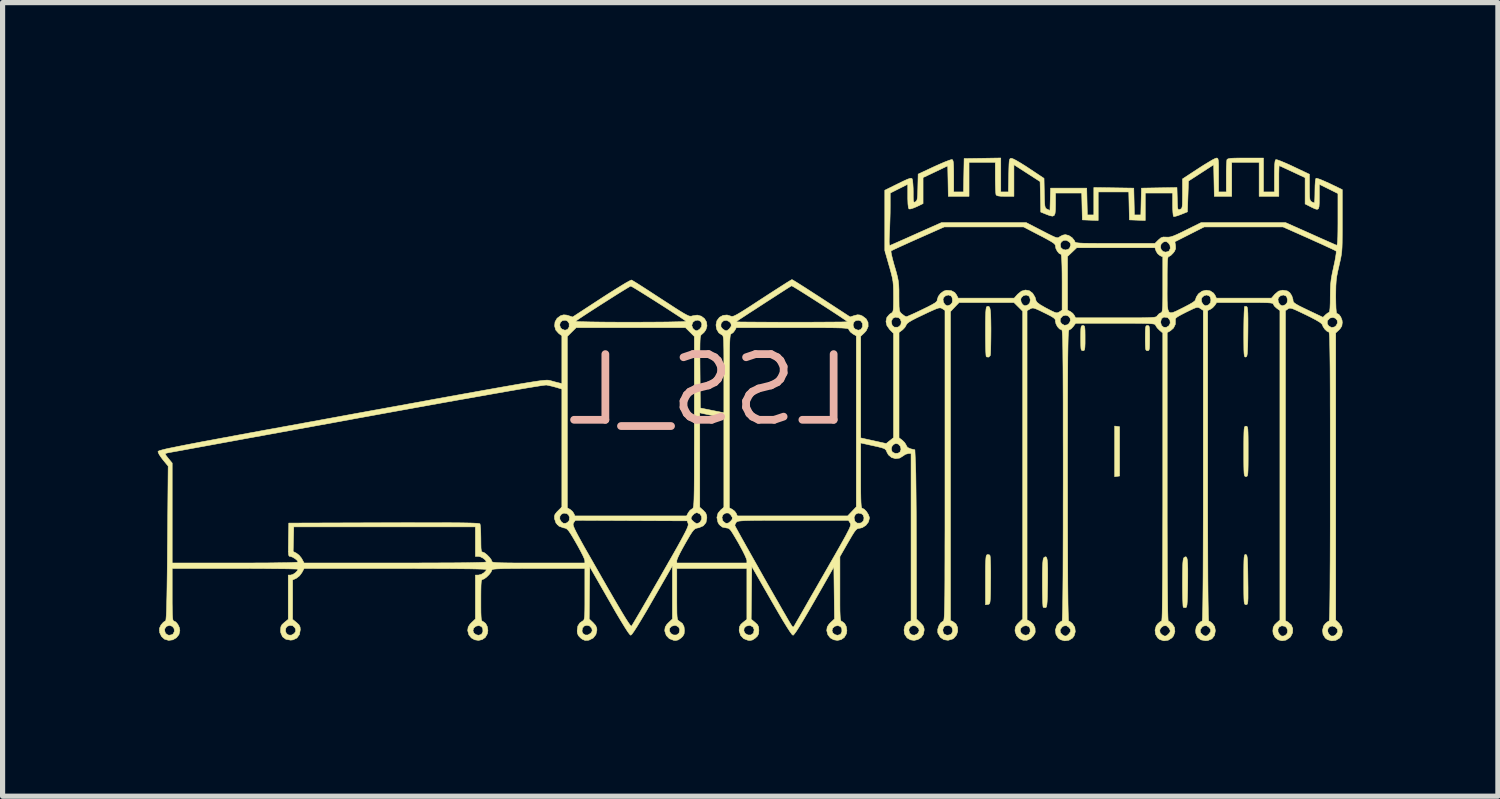
<source format=kicad_pcb>
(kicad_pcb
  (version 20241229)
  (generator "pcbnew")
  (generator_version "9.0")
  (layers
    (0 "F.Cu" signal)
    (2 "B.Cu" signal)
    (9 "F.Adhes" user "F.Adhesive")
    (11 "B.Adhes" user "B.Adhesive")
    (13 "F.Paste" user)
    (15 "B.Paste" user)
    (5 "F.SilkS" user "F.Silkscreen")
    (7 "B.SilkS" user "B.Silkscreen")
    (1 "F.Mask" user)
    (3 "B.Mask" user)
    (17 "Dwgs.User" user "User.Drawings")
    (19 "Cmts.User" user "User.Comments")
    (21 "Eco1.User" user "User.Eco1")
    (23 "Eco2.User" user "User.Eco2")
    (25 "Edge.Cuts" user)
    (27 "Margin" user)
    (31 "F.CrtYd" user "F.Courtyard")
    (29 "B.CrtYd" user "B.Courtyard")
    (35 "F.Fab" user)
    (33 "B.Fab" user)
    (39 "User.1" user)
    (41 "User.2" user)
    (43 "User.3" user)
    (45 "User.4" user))
  (footprint "LSS_L"
    (layer "F.Cu")
    (at 10.652 4.488)
    (property "Reference" "LSS_L" (at 0 0 0) (layer "B.SilkS") (effects (font (size 1.27 1.27) (thickness 0.15)) (justify mirror)))
    (attr through_hole)
    (fp_poly (pts (xy 7.9 0.707) (xy 7.948 0.714) (xy 7.948 1.667) (xy 7.853 1.68) (xy 7.853 0.701) (xy 7.9 0.707)) (stroke (width 0.01) (type solid)) (fill yes) (layer "F.SilkS"))
    (fp_poly (pts (xy 7.257 -1.241) (xy 7.269 -1.229) (xy 7.276 -1.199) (xy 7.28 -1.145) (xy 7.281 -1.06) (xy 7.281 -1) (xy 7.281 -0.896) (xy 7.278 -0.826) (xy 7.273 -0.785) (xy 7.264 -0.764) (xy 7.249 -0.757) (xy 7.239 -0.757) (xy 7.221 -0.76) (xy 7.208 -0.772) (xy 7.201 -0.802) (xy 7.198 -0.856) (xy 7.197 -0.941) (xy 7.196 -1) (xy 7.197 -1.105) (xy 7.199 -1.174) (xy 7.204 -1.216) (xy 7.214 -1.236) (xy 7.228 -1.243) (xy 7.239 -1.244) (xy 7.257 -1.241)) (stroke (width 0.01) (type solid)) (fill yes) (layer "F.SilkS"))
    (fp_poly (pts (xy 8.506 -1.241) (xy 8.518 -1.229) (xy 8.525 -1.199) (xy 8.529 -1.145) (xy 8.53 -1.06) (xy 8.53 -1) (xy 8.529 -0.896) (xy 8.527 -0.826) (xy 8.522 -0.785) (xy 8.513 -0.764) (xy 8.498 -0.757) (xy 8.488 -0.757) (xy 8.469 -0.76) (xy 8.457 -0.772) (xy 8.45 -0.802) (xy 8.447 -0.856) (xy 8.445 -0.941) (xy 8.445 -1) (xy 8.446 -1.105) (xy 8.448 -1.174) (xy 8.453 -1.216) (xy 8.462 -1.236) (xy 8.477 -1.243) (xy 8.488 -1.244) (xy 8.506 -1.241)) (stroke (width 0.01) (type solid)) (fill yes) (layer "F.SilkS"))
    (fp_poly (pts (xy 5.427 3.19) (xy 5.442 3.203) (xy 5.447 3.233) (xy 5.451 3.297) (xy 5.454 3.391) (xy 5.456 3.508) (xy 5.456 3.64) (xy 5.455 3.688) (xy 5.454 3.838) (xy 5.452 3.951) (xy 5.449 4.032) (xy 5.445 4.086) (xy 5.439 4.12) (xy 5.43 4.139) (xy 5.418 4.147) (xy 5.403 4.15) (xy 5.403 4.15) (xy 5.355 4.157) (xy 5.355 3.678) (xy 5.355 3.522) (xy 5.356 3.403) (xy 5.359 3.316) (xy 5.363 3.257) (xy 5.368 3.219) (xy 5.377 3.197) (xy 5.387 3.188) (xy 5.389 3.187) (xy 5.427 3.19)) (stroke (width 0.01) (type solid)) (fill yes) (layer "F.SilkS"))
    (fp_poly (pts (xy 6.54 3.25) (xy 6.549 3.292) (xy 6.555 3.362) (xy 6.558 3.464) (xy 6.558 3.6) (xy 6.557 3.732) (xy 6.554 3.887) (xy 6.552 4.006) (xy 6.548 4.092) (xy 6.543 4.151) (xy 6.537 4.187) (xy 6.528 4.206) (xy 6.518 4.212) (xy 6.48 4.21) (xy 6.47 4.204) (xy 6.466 4.179) (xy 6.462 4.119) (xy 6.459 4.028) (xy 6.457 3.915) (xy 6.456 3.784) (xy 6.456 3.729) (xy 6.456 3.568) (xy 6.458 3.444) (xy 6.462 3.354) (xy 6.468 3.294) (xy 6.476 3.259) (xy 6.483 3.247) (xy 6.507 3.231) (xy 6.526 3.231) (xy 6.54 3.25)) (stroke (width 0.01) (type solid)) (fill yes) (layer "F.SilkS"))
    (fp_poly (pts (xy 9.249 3.25) (xy 9.259 3.292) (xy 9.264 3.362) (xy 9.267 3.464) (xy 9.267 3.6) (xy 9.266 3.732) (xy 9.264 3.887) (xy 9.261 4.006) (xy 9.257 4.092) (xy 9.253 4.151) (xy 9.246 4.187) (xy 9.238 4.206) (xy 9.227 4.212) (xy 9.19 4.21) (xy 9.18 4.204) (xy 9.175 4.179) (xy 9.172 4.119) (xy 9.168 4.028) (xy 9.166 3.915) (xy 9.165 3.784) (xy 9.165 3.729) (xy 9.166 3.568) (xy 9.168 3.444) (xy 9.171 3.354) (xy 9.177 3.294) (xy 9.185 3.259) (xy 9.192 3.247) (xy 9.216 3.231) (xy 9.235 3.231) (xy 9.249 3.25)) (stroke (width 0.01) (type solid)) (fill yes) (layer "F.SilkS"))
    (fp_poly (pts (xy 5.427 -1.606) (xy 5.441 -1.579) (xy 5.45 -1.529) (xy 5.456 -1.452) (xy 5.459 -1.343) (xy 5.461 -1.198) (xy 5.461 -1.135) (xy 5.46 -1.002) (xy 5.458 -0.881) (xy 5.456 -0.781) (xy 5.453 -0.707) (xy 5.449 -0.667) (xy 5.448 -0.663) (xy 5.419 -0.633) (xy 5.38 -0.635) (xy 5.369 -0.644) (xy 5.365 -0.668) (xy 5.361 -0.729) (xy 5.358 -0.819) (xy 5.356 -0.933) (xy 5.355 -1.064) (xy 5.355 -1.129) (xy 5.355 -1.287) (xy 5.357 -1.407) (xy 5.36 -1.495) (xy 5.365 -1.555) (xy 5.371 -1.59) (xy 5.38 -1.608) (xy 5.384 -1.61) (xy 5.408 -1.615) (xy 5.427 -1.606)) (stroke (width 0.01) (type solid)) (fill yes) (layer "F.SilkS"))
    (fp_poly (pts (xy 10.41 -1.606) (xy 10.419 -1.589) (xy 10.425 -1.548) (xy 10.429 -1.48) (xy 10.431 -1.38) (xy 10.431 -1.244) (xy 10.43 -1.116) (xy 10.428 -0.961) (xy 10.426 -0.844) (xy 10.422 -0.759) (xy 10.418 -0.701) (xy 10.412 -0.664) (xy 10.404 -0.644) (xy 10.393 -0.636) (xy 10.387 -0.634) (xy 10.375 -0.634) (xy 10.366 -0.644) (xy 10.36 -0.667) (xy 10.355 -0.71) (xy 10.352 -0.776) (xy 10.351 -0.871) (xy 10.35 -1) (xy 10.35 -1.114) (xy 10.351 -1.253) (xy 10.353 -1.378) (xy 10.356 -1.482) (xy 10.36 -1.559) (xy 10.364 -1.603) (xy 10.367 -1.612) (xy 10.398 -1.612) (xy 10.41 -1.606)) (stroke (width 0.01) (type solid)) (fill yes) (layer "F.SilkS"))
    (fp_poly (pts (xy 10.387 3.184) (xy 10.399 3.19) (xy 10.409 3.204) (xy 10.415 3.233) (xy 10.421 3.28) (xy 10.424 3.353) (xy 10.427 3.455) (xy 10.429 3.591) (xy 10.43 3.672) (xy 10.432 3.827) (xy 10.432 3.944) (xy 10.432 4.03) (xy 10.429 4.088) (xy 10.425 4.124) (xy 10.418 4.144) (xy 10.408 4.152) (xy 10.394 4.154) (xy 10.393 4.154) (xy 10.379 4.152) (xy 10.369 4.145) (xy 10.361 4.126) (xy 10.356 4.09) (xy 10.353 4.033) (xy 10.351 3.95) (xy 10.35 3.835) (xy 10.35 3.683) (xy 10.35 3.665) (xy 10.35 3.509) (xy 10.351 3.39) (xy 10.353 3.304) (xy 10.356 3.245) (xy 10.362 3.209) (xy 10.369 3.19) (xy 10.379 3.184) (xy 10.387 3.184)) (stroke (width 0.01) (type solid)) (fill yes) (layer "F.SilkS"))
    (fp_poly (pts (xy 10.406 0.705) (xy 10.416 0.713) (xy 10.424 0.732) (xy 10.429 0.768) (xy 10.432 0.826) (xy 10.434 0.91) (xy 10.435 1.026) (xy 10.435 1.18) (xy 10.435 1.19) (xy 10.435 1.346) (xy 10.434 1.464) (xy 10.432 1.551) (xy 10.429 1.61) (xy 10.424 1.647) (xy 10.417 1.667) (xy 10.407 1.675) (xy 10.394 1.677) (xy 10.393 1.677) (xy 10.379 1.676) (xy 10.369 1.668) (xy 10.361 1.648) (xy 10.356 1.613) (xy 10.353 1.555) (xy 10.351 1.471) (xy 10.35 1.354) (xy 10.35 1.201) (xy 10.35 1.19) (xy 10.35 1.035) (xy 10.351 0.916) (xy 10.353 0.83) (xy 10.356 0.771) (xy 10.361 0.734) (xy 10.368 0.714) (xy 10.378 0.705) (xy 10.392 0.704) (xy 10.393 0.704) (xy 10.406 0.705)) (stroke (width 0.01) (type solid)) (fill yes) (layer "F.SilkS"))
    (fp_poly (pts (xy 5.651 -3.826) (xy 5.798 -3.826) (xy 5.804 -4.149) (xy 5.807 -4.272) (xy 5.81 -4.36) (xy 5.814 -4.417) (xy 5.821 -4.452) (xy 5.831 -4.469) (xy 5.846 -4.476) (xy 5.852 -4.477) (xy 5.885 -4.468) (xy 5.947 -4.437) (xy 6.032 -4.387) (xy 6.135 -4.323) (xy 6.191 -4.286) (xy 6.487 -4.089) (xy 6.493 -3.802) (xy 6.496 -3.687) (xy 6.499 -3.607) (xy 6.504 -3.555) (xy 6.513 -3.523) (xy 6.526 -3.505) (xy 6.545 -3.494) (xy 6.551 -3.491) (xy 6.602 -3.468) (xy 6.608 -3.684) (xy 6.614 -3.9) (xy 7.313 -3.9) (xy 7.319 -3.641) (xy 7.325 -3.382) (xy 7.45 -3.382) (xy 7.45 -3.912) (xy 7.837 -3.906) (xy 8.223 -3.9) (xy 8.229 -3.641) (xy 8.235 -3.382) (xy 8.359 -3.382) (xy 8.365 -3.641) (xy 8.371 -3.9) (xy 8.714 -3.906) (xy 9.058 -3.912) (xy 9.064 -3.692) (xy 9.067 -3.594) (xy 9.07 -3.531) (xy 9.077 -3.497) (xy 9.088 -3.484) (xy 9.105 -3.485) (xy 9.117 -3.49) (xy 9.136 -3.498) (xy 9.15 -3.513) (xy 9.158 -3.541) (xy 9.163 -3.589) (xy 9.164 -3.663) (xy 9.165 -3.772) (xy 9.165 -3.793) (xy 9.165 -4.078) (xy 9.473 -4.28) (xy 9.576 -4.346) (xy 9.67 -4.403) (xy 9.746 -4.448) (xy 9.8 -4.475) (xy 9.822 -4.482) (xy 9.838 -4.48) (xy 9.849 -4.469) (xy 9.856 -4.443) (xy 9.861 -4.397) (xy 9.863 -4.323) (xy 9.863 -4.216) (xy 9.863 -4.154) (xy 9.863 -3.826) (xy 10.012 -3.826) (xy 10.012 -4.121) (xy 10.012 -4.23) (xy 10.015 -4.327) (xy 10.019 -4.401) (xy 10.023 -4.444) (xy 10.024 -4.449) (xy 10.035 -4.461) (xy 10.058 -4.47) (xy 10.1 -4.477) (xy 10.167 -4.48) (xy 10.266 -4.482) (xy 10.384 -4.482) (xy 10.731 -4.482) (xy 10.731 -3.826) (xy 10.943 -3.826) (xy 10.943 -4.134) (xy 10.944 -4.261) (xy 10.947 -4.351) (xy 10.953 -4.409) (xy 10.961 -4.442) (xy 10.971 -4.452) (xy 10.999 -4.447) (xy 11.058 -4.426) (xy 11.14 -4.392) (xy 11.24 -4.348) (xy 11.31 -4.315) (xy 11.62 -4.168) (xy 11.62 -3.913) (xy 11.621 -3.804) (xy 11.623 -3.73) (xy 11.629 -3.683) (xy 11.639 -3.656) (xy 11.654 -3.641) (xy 11.661 -3.636) (xy 11.699 -3.619) (xy 11.714 -3.614) (xy 11.719 -3.634) (xy 11.723 -3.688) (xy 11.725 -3.766) (xy 11.726 -3.846) (xy 11.728 -3.949) (xy 11.733 -4.029) (xy 11.741 -4.078) (xy 11.748 -4.091) (xy 11.774 -4.087) (xy 11.83 -4.068) (xy 11.908 -4.035) (xy 12.001 -3.993) (xy 12.012 -3.988) (xy 12.255 -3.871) (xy 12.255 -3.268) (xy 12.255 -3.092) (xy 12.254 -2.951) (xy 12.253 -2.84) (xy 12.25 -2.751) (xy 12.245 -2.677) (xy 12.237 -2.613) (xy 12.226 -2.551) (xy 12.212 -2.485) (xy 12.194 -2.408) (xy 12.192 -2.397) (xy 12.166 -2.285) (xy 12.148 -2.191) (xy 12.137 -2.103) (xy 12.131 -2.007) (xy 12.129 -1.89) (xy 12.128 -1.803) (xy 12.13 -1.679) (xy 12.133 -1.58) (xy 12.139 -1.512) (xy 12.146 -1.479) (xy 12.149 -1.477) (xy 12.189 -1.458) (xy 12.225 -1.41) (xy 12.25 -1.347) (xy 12.255 -1.301) (xy 12.246 -1.233) (xy 12.211 -1.179) (xy 12.192 -1.159) (xy 12.128 -1.1) (xy 12.128 4.454) (xy 12.192 4.514) (xy 12.242 4.586) (xy 12.258 4.669) (xy 12.24 4.749) (xy 12.203 4.8) (xy 12.133 4.843) (xy 12.05 4.854) (xy 11.97 4.832) (xy 11.926 4.8) (xy 11.883 4.73) (xy 11.876 4.672) (xy 11.972 4.672) (xy 11.991 4.718) (xy 12.036 4.76) (xy 12.088 4.761) (xy 12.132 4.733) (xy 12.166 4.68) (xy 12.16 4.628) (xy 12.119 4.587) (xy 12.061 4.567) (xy 12.011 4.581) (xy 11.978 4.619) (xy 11.972 4.672) (xy 11.876 4.672) (xy 11.873 4.647) (xy 11.894 4.567) (xy 11.926 4.523) (xy 11.967 4.488) (xy 11.998 4.471) (xy 12 4.471) (xy 12.004 4.454) (xy 12.007 4.402) (xy 12.01 4.314) (xy 12.013 4.189) (xy 12.015 4.028) (xy 12.017 3.829) (xy 12.018 3.592) (xy 12.02 3.316) (xy 12.021 3.001) (xy 12.022 2.645) (xy 12.022 2.249) (xy 12.022 1.811) (xy 12.022 1.677) (xy 12.022 1.267) (xy 12.022 0.897) (xy 12.022 0.566) (xy 12.021 0.271) (xy 12.021 0.011) (xy 12.02 -0.216) (xy 12.019 -0.413) (xy 12.017 -0.58) (xy 12.015 -0.721) (xy 12.013 -0.837) (xy 12.011 -0.93) (xy 12.009 -1.002) (xy 12.006 -1.055) (xy 12.002 -1.09) (xy 11.999 -1.11) (xy 11.995 -1.117) (xy 11.994 -1.117) (xy 11.957 -1.134) (xy 11.915 -1.174) (xy 11.882 -1.224) (xy 11.871 -1.254) (xy 11.856 -1.278) (xy 11.853 -1.28) (xy 11.964 -1.28) (xy 11.992 -1.235) (xy 12.047 -1.204) (xy 12.104 -1.215) (xy 12.137 -1.242) (xy 12.163 -1.294) (xy 12.156 -1.344) (xy 12.123 -1.383) (xy 12.075 -1.4) (xy 12.019 -1.388) (xy 12.01 -1.382) (xy 11.967 -1.335) (xy 11.964 -1.28) (xy 11.853 -1.28) (xy 11.815 -1.309) (xy 11.745 -1.351) (xy 11.642 -1.405) (xy 11.557 -1.447) (xy 11.442 -1.502) (xy 11.359 -1.541) (xy 11.3 -1.566) (xy 11.261 -1.577) (xy 11.235 -1.578) (xy 11.214 -1.571) (xy 11.203 -1.563) (xy 11.156 -1.53) (xy 11.155 4.464) (xy 11.205 4.491) (xy 11.267 4.545) (xy 11.297 4.618) (xy 11.294 4.697) (xy 11.257 4.772) (xy 11.241 4.79) (xy 11.167 4.84) (xy 11.089 4.853) (xy 11.016 4.835) (xy 10.956 4.789) (xy 10.919 4.718) (xy 10.912 4.662) (xy 10.916 4.626) (xy 11.011 4.626) (xy 11.013 4.681) (xy 11.041 4.729) (xy 11.08 4.762) (xy 11.119 4.762) (xy 11.156 4.746) (xy 11.19 4.707) (xy 11.198 4.653) (xy 11.179 4.602) (xy 11.147 4.574) (xy 11.085 4.563) (xy 11.038 4.584) (xy 11.011 4.626) (xy 10.916 4.626) (xy 10.919 4.596) (xy 10.945 4.547) (xy 10.98 4.512) (xy 11.049 4.451) (xy 11.049 -1.532) (xy 10.985 -1.579) (xy 10.943 -1.618) (xy 10.922 -1.652) (xy 10.922 -1.657) (xy 10.917 -1.667) (xy 10.898 -1.674) (xy 10.862 -1.68) (xy 10.804 -1.684) (xy 10.718 -1.686) (xy 10.602 -1.688) (xy 10.449 -1.688) (xy 10.374 -1.688) (xy 9.826 -1.688) (xy 9.791 -1.634) (xy 9.747 -1.586) (xy 9.704 -1.557) (xy 9.652 -1.533) (xy 9.652 1.469) (xy 9.652 1.936) (xy 9.652 2.362) (xy 9.653 2.746) (xy 9.654 3.09) (xy 9.655 3.394) (xy 9.656 3.659) (xy 9.658 3.885) (xy 9.66 4.074) (xy 9.663 4.225) (xy 9.665 4.34) (xy 9.668 4.418) (xy 9.671 4.462) (xy 9.674 4.471) (xy 9.703 4.485) (xy 9.743 4.519) (xy 9.748 4.523) (xy 9.787 4.581) (xy 9.8 4.655) (xy 9.8 4.662) (xy 9.783 4.752) (xy 9.734 4.815) (xy 9.657 4.848) (xy 9.609 4.852) (xy 9.519 4.835) (xy 9.456 4.786) (xy 9.423 4.709) (xy 9.419 4.662) (xy 9.421 4.643) (xy 9.508 4.643) (xy 9.514 4.696) (xy 9.551 4.735) (xy 9.597 4.762) (xy 9.631 4.76) (xy 9.67 4.728) (xy 9.673 4.725) (xy 9.709 4.677) (xy 9.708 4.633) (xy 9.68 4.595) (xy 9.629 4.56) (xy 9.576 4.567) (xy 9.542 4.591) (xy 9.508 4.643) (xy 9.421 4.643) (xy 9.43 4.585) (xy 9.467 4.527) (xy 9.471 4.523) (xy 9.512 4.488) (xy 9.543 4.471) (xy 9.545 4.471) (xy 9.548 4.454) (xy 9.552 4.402) (xy 9.554 4.314) (xy 9.557 4.19) (xy 9.559 4.03) (xy 9.561 3.832) (xy 9.563 3.596) (xy 9.564 3.321) (xy 9.565 3.007) (xy 9.566 2.653) (xy 9.567 2.258) (xy 9.567 1.822) (xy 9.567 1.468) (xy 9.567 -1.535) (xy 9.51 -1.572) (xy 9.485 -1.588) (xy 9.461 -1.594) (xy 9.43 -1.59) (xy 9.384 -1.573) (xy 9.315 -1.54) (xy 9.235 -1.501) (xy 9.141 -1.453) (xy 9.079 -1.418) (xy 9.043 -1.393) (xy 9.028 -1.372) (xy 9.027 -1.35) (xy 9.028 -1.343) (xy 9.027 -1.268) (xy 8.992 -1.195) (xy 8.932 -1.142) (xy 8.869 -1.106) (xy 8.869 1.683) (xy 8.869 2.132) (xy 8.869 2.54) (xy 8.87 2.907) (xy 8.871 3.234) (xy 8.872 3.52) (xy 8.874 3.768) (xy 8.876 3.977) (xy 8.878 4.149) (xy 8.88 4.283) (xy 8.883 4.381) (xy 8.886 4.443) (xy 8.89 4.47) (xy 8.891 4.471) (xy 8.919 4.485) (xy 8.96 4.519) (xy 8.965 4.523) (xy 9.009 4.594) (xy 9.018 4.676) (xy 8.992 4.756) (xy 8.961 4.796) (xy 8.889 4.842) (xy 8.806 4.854) (xy 8.727 4.83) (xy 8.688 4.8) (xy 8.645 4.73) (xy 8.634 4.647) (xy 8.635 4.643) (xy 8.725 4.643) (xy 8.731 4.696) (xy 8.767 4.735) (xy 8.814 4.762) (xy 8.848 4.76) (xy 8.887 4.728) (xy 8.89 4.725) (xy 8.924 4.685) (xy 8.927 4.652) (xy 8.901 4.606) (xy 8.899 4.603) (xy 8.853 4.562) (xy 8.8 4.564) (xy 8.759 4.591) (xy 8.725 4.643) (xy 8.635 4.643) (xy 8.656 4.567) (xy 8.688 4.523) (xy 8.729 4.488) (xy 8.76 4.471) (xy 8.762 4.471) (xy 8.765 4.454) (xy 8.769 4.402) (xy 8.772 4.314) (xy 8.774 4.189) (xy 8.776 4.028) (xy 8.778 3.829) (xy 8.78 3.592) (xy 8.781 3.316) (xy 8.782 3.001) (xy 8.783 2.645) (xy 8.784 2.248) (xy 8.784 1.81) (xy 8.784 1.686) (xy 8.784 -1.098) (xy 8.722 -1.151) (xy 8.677 -1.196) (xy 8.648 -1.239) (xy 8.646 -1.245) (xy 8.641 -1.255) (xy 8.632 -1.264) (xy 8.613 -1.271) (xy 8.581 -1.276) (xy 8.532 -1.28) (xy 8.462 -1.283) (xy 8.366 -1.285) (xy 8.241 -1.286) (xy 8.082 -1.286) (xy 7.885 -1.286) (xy 7.099 -1.286) (xy 7.052 -1.223) (xy 7.013 -1.181) (xy 6.978 -1.16) (xy 6.974 -1.159) (xy 6.969 -1.155) (xy 6.965 -1.142) (xy 6.961 -1.118) (xy 6.958 -1.081) (xy 6.955 -1.028) (xy 6.953 -0.958) (xy 6.951 -0.869) (xy 6.949 -0.759) (xy 6.947 -0.625) (xy 6.946 -0.466) (xy 6.945 -0.279) (xy 6.944 -0.063) (xy 6.943 0.185) (xy 6.943 0.466) (xy 6.943 0.783) (xy 6.942 1.138) (xy 6.942 1.532) (xy 6.942 1.656) (xy 6.943 2.108) (xy 6.943 2.518) (xy 6.944 2.887) (xy 6.945 3.216) (xy 6.946 3.505) (xy 6.947 3.755) (xy 6.949 3.966) (xy 6.951 4.14) (xy 6.954 4.276) (xy 6.957 4.376) (xy 6.96 4.44) (xy 6.963 4.469) (xy 6.965 4.471) (xy 6.993 4.485) (xy 7.034 4.519) (xy 7.039 4.523) (xy 7.082 4.594) (xy 7.092 4.676) (xy 7.07 4.756) (xy 7.039 4.8) (xy 6.968 4.843) (xy 6.886 4.854) (xy 6.805 4.832) (xy 6.762 4.8) (xy 6.718 4.73) (xy 6.708 4.647) (xy 6.709 4.643) (xy 6.798 4.643) (xy 6.805 4.696) (xy 6.841 4.735) (xy 6.888 4.762) (xy 6.921 4.76) (xy 6.961 4.728) (xy 6.964 4.725) (xy 7 4.677) (xy 6.998 4.633) (xy 6.971 4.595) (xy 6.92 4.56) (xy 6.866 4.567) (xy 6.833 4.591) (xy 6.798 4.643) (xy 6.709 4.643) (xy 6.73 4.567) (xy 6.762 4.523) (xy 6.803 4.488) (xy 6.833 4.471) (xy 6.836 4.471) (xy 6.839 4.454) (xy 6.842 4.402) (xy 6.845 4.314) (xy 6.848 4.19) (xy 6.85 4.028) (xy 6.852 3.83) (xy 6.854 3.593) (xy 6.855 3.317) (xy 6.856 3.002) (xy 6.857 2.646) (xy 6.857 2.25) (xy 6.858 1.812) (xy 6.858 1.656) (xy 6.858 1.244) (xy 6.857 0.873) (xy 6.857 0.54) (xy 6.857 0.244) (xy 6.856 -0.018) (xy 6.855 -0.247) (xy 6.854 -0.445) (xy 6.852 -0.614) (xy 6.851 -0.756) (xy 6.849 -0.874) (xy 6.847 -0.968) (xy 6.844 -1.041) (xy 6.841 -1.094) (xy 6.838 -1.131) (xy 6.834 -1.152) (xy 6.83 -1.159) (xy 6.83 -1.159) (xy 6.787 -1.177) (xy 6.746 -1.222) (xy 6.717 -1.279) (xy 6.71 -1.32) (xy 6.709 -1.322) (xy 6.799 -1.322) (xy 6.828 -1.277) (xy 6.882 -1.247) (xy 6.939 -1.257) (xy 6.973 -1.285) (xy 6.983 -1.306) (xy 8.742 -1.306) (xy 8.758 -1.246) (xy 8.798 -1.211) (xy 8.85 -1.207) (xy 8.9 -1.236) (xy 8.928 -1.289) (xy 8.922 -1.345) (xy 8.886 -1.39) (xy 8.865 -1.4) (xy 8.802 -1.406) (xy 8.759 -1.376) (xy 8.742 -1.314) (xy 8.742 -1.306) (xy 6.983 -1.306) (xy 6.998 -1.336) (xy 6.991 -1.386) (xy 6.959 -1.425) (xy 6.91 -1.443) (xy 6.855 -1.43) (xy 6.846 -1.425) (xy 6.803 -1.377) (xy 6.799 -1.322) (xy 6.709 -1.322) (xy 6.707 -1.348) (xy 6.695 -1.372) (xy 6.667 -1.396) (xy 6.616 -1.427) (xy 6.536 -1.468) (xy 6.493 -1.489) (xy 6.399 -1.535) (xy 6.334 -1.564) (xy 6.291 -1.579) (xy 6.261 -1.581) (xy 6.235 -1.573) (xy 6.217 -1.563) (xy 6.159 -1.53) (xy 6.159 1.46) (xy 6.159 4.449) (xy 6.221 4.481) (xy 6.278 4.532) (xy 6.313 4.605) (xy 6.317 4.682) (xy 6.31 4.709) (xy 6.279 4.759) (xy 6.232 4.807) (xy 6.23 4.809) (xy 6.157 4.843) (xy 6.081 4.842) (xy 6.011 4.811) (xy 5.957 4.754) (xy 5.929 4.678) (xy 5.927 4.659) (xy 6.027 4.659) (xy 6.046 4.703) (xy 6.085 4.735) (xy 6.135 4.747) (xy 6.185 4.732) (xy 6.197 4.721) (xy 6.22 4.673) (xy 6.216 4.616) (xy 6.192 4.578) (xy 6.14 4.559) (xy 6.083 4.572) (xy 6.04 4.61) (xy 6.027 4.659) (xy 5.927 4.659) (xy 5.926 4.647) (xy 5.935 4.588) (xy 5.967 4.536) (xy 6 4.502) (xy 6.075 4.432) (xy 6.075 -1.519) (xy 5.99 -1.604) (xy 5.905 -1.688) (xy 4.845 -1.688) (xy 4.761 -1.6) (xy 4.678 -1.512) (xy 4.678 4.461) (xy 4.725 4.482) (xy 4.784 4.528) (xy 4.815 4.594) (xy 4.818 4.67) (xy 4.794 4.743) (xy 4.743 4.803) (xy 4.719 4.819) (xy 4.632 4.844) (xy 4.55 4.832) (xy 4.482 4.786) (xy 4.437 4.71) (xy 4.432 4.692) (xy 4.432 4.651) (xy 4.529 4.651) (xy 4.541 4.7) (xy 4.555 4.721) (xy 4.596 4.742) (xy 4.625 4.746) (xy 4.673 4.735) (xy 4.695 4.721) (xy 4.716 4.68) (xy 4.72 4.651) (xy 4.708 4.603) (xy 4.695 4.581) (xy 4.653 4.56) (xy 4.625 4.556) (xy 4.576 4.567) (xy 4.555 4.581) (xy 4.534 4.623) (xy 4.529 4.651) (xy 4.432 4.651) (xy 4.432 4.631) (xy 4.453 4.564) (xy 4.488 4.508) (xy 4.529 4.478) (xy 4.53 4.477) (xy 4.536 4.475) (xy 4.541 4.471) (xy 4.546 4.462) (xy 4.55 4.446) (xy 4.554 4.422) (xy 4.557 4.387) (xy 4.56 4.34) (xy 4.562 4.278) (xy 4.564 4.199) (xy 4.566 4.101) (xy 4.568 3.982) (xy 4.569 3.84) (xy 4.57 3.673) (xy 4.57 3.479) (xy 4.571 3.256) (xy 4.571 3.002) (xy 4.572 2.714) (xy 4.572 2.391) (xy 4.572 2.031) (xy 4.572 1.631) (xy 4.572 1.466) (xy 4.572 -1.535) (xy 4.52 -1.569) (xy 4.5 -1.58) (xy 4.477 -1.585) (xy 4.447 -1.581) (xy 4.402 -1.566) (xy 4.337 -1.538) (xy 4.244 -1.496) (xy 4.152 -1.452) (xy 4.028 -1.393) (xy 3.939 -1.347) (xy 3.878 -1.311) (xy 3.842 -1.283) (xy 3.824 -1.259) (xy 3.822 -1.252) (xy 3.796 -1.206) (xy 3.752 -1.16) (xy 3.746 -1.156) (xy 3.683 -1.109) (xy 3.683 0.928) (xy 3.746 0.975) (xy 3.792 1.02) (xy 3.821 1.068) (xy 3.822 1.073) (xy 3.847 1.114) (xy 3.902 1.139) (xy 3.912 1.142) (xy 3.99 1.16) (xy 4.003 1.445) (xy 4.005 1.517) (xy 4.008 1.627) (xy 4.01 1.771) (xy 4.012 1.942) (xy 4.014 2.138) (xy 4.016 2.352) (xy 4.017 2.582) (xy 4.018 2.821) (xy 4.019 3.066) (xy 4.019 3.081) (xy 4.021 4.432) (xy 4.095 4.502) (xy 4.146 4.558) (xy 4.167 4.612) (xy 4.17 4.646) (xy 4.153 4.729) (xy 4.109 4.791) (xy 4.046 4.83) (xy 3.974 4.846) (xy 3.902 4.835) (xy 3.839 4.797) (xy 3.794 4.73) (xy 3.789 4.717) (xy 3.781 4.65) (xy 3.873 4.65) (xy 3.89 4.706) (xy 3.931 4.739) (xy 3.983 4.745) (xy 4.034 4.72) (xy 4.052 4.7) (xy 4.073 4.659) (xy 4.064 4.624) (xy 4.056 4.61) (xy 4.01 4.569) (xy 3.957 4.559) (xy 3.909 4.576) (xy 3.878 4.619) (xy 3.873 4.65) (xy 3.781 4.65) (xy 3.78 4.643) (xy 3.795 4.569) (xy 3.83 4.51) (xy 3.871 4.482) (xy 3.916 4.468) (xy 3.916 1.233) (xy 3.863 1.233) (xy 3.808 1.247) (xy 3.768 1.275) (xy 3.696 1.32) (xy 3.616 1.331) (xy 3.54 1.31) (xy 3.478 1.258) (xy 3.449 1.206) (xy 3.436 1.174) (xy 3.42 1.152) (xy 3.409 1.145) (xy 3.534 1.145) (xy 3.549 1.195) (xy 3.56 1.207) (xy 3.608 1.23) (xy 3.665 1.226) (xy 3.703 1.202) (xy 3.722 1.15) (xy 3.709 1.093) (xy 3.671 1.05) (xy 3.622 1.037) (xy 3.578 1.056) (xy 3.546 1.095) (xy 3.534 1.145) (xy 3.409 1.145) (xy 3.392 1.135) (xy 3.344 1.119) (xy 3.269 1.1) (xy 3.182 1.081) (xy 2.942 1.028) (xy 2.942 1.66) (xy 2.942 1.843) (xy 2.943 1.989) (xy 2.945 2.1) (xy 2.948 2.181) (xy 2.952 2.237) (xy 2.958 2.271) (xy 2.965 2.288) (xy 2.972 2.291) (xy 3.01 2.309) (xy 3.053 2.353) (xy 3.089 2.41) (xy 3.11 2.466) (xy 3.111 2.482) (xy 3.092 2.556) (xy 3.042 2.621) (xy 2.973 2.665) (xy 2.928 2.676) (xy 2.898 2.68) (xy 2.872 2.691) (xy 2.847 2.713) (xy 2.817 2.752) (xy 2.777 2.815) (xy 2.724 2.906) (xy 2.696 2.954) (xy 2.54 3.226) (xy 2.54 3.847) (xy 2.54 4.026) (xy 2.54 4.166) (xy 2.541 4.274) (xy 2.544 4.352) (xy 2.547 4.408) (xy 2.552 4.443) (xy 2.559 4.465) (xy 2.569 4.476) (xy 2.581 4.481) (xy 2.584 4.482) (xy 2.631 4.518) (xy 2.663 4.579) (xy 2.675 4.654) (xy 2.666 4.717) (xy 2.624 4.789) (xy 2.563 4.831) (xy 2.492 4.846) (xy 2.42 4.834) (xy 2.355 4.798) (xy 2.308 4.739) (xy 2.286 4.659) (xy 2.286 4.659) (xy 2.387 4.659) (xy 2.405 4.703) (xy 2.445 4.735) (xy 2.494 4.747) (xy 2.544 4.732) (xy 2.557 4.721) (xy 2.579 4.673) (xy 2.576 4.616) (xy 2.551 4.578) (xy 2.499 4.559) (xy 2.442 4.572) (xy 2.4 4.61) (xy 2.387 4.659) (xy 2.286 4.659) (xy 2.286 4.646) (xy 2.295 4.587) (xy 2.328 4.534) (xy 2.36 4.501) (xy 2.435 4.431) (xy 2.429 3.928) (xy 2.423 3.426) (xy 2.046 4.086) (xy 1.931 4.285) (xy 1.835 4.448) (xy 1.758 4.574) (xy 1.7 4.666) (xy 1.659 4.722) (xy 1.636 4.746) (xy 1.633 4.746) (xy 1.612 4.729) (xy 1.574 4.677) (xy 1.517 4.589) (xy 1.441 4.466) (xy 1.347 4.306) (xy 1.233 4.109) (xy 1.217 4.081) (xy 0.836 3.417) (xy 0.824 4.436) (xy 0.899 4.498) (xy 0.947 4.543) (xy 0.968 4.588) (xy 0.973 4.651) (xy 0.968 4.717) (xy 0.944 4.763) (xy 0.906 4.8) (xy 0.851 4.837) (xy 0.8 4.848) (xy 0.763 4.844) (xy 0.679 4.812) (xy 0.62 4.749) (xy 0.593 4.663) (xy 0.593 4.662) (xy 0.682 4.662) (xy 0.71 4.713) (xy 0.763 4.742) (xy 0.819 4.741) (xy 0.864 4.71) (xy 0.869 4.701) (xy 0.882 4.64) (xy 0.861 4.589) (xy 0.812 4.559) (xy 0.784 4.556) (xy 0.724 4.572) (xy 0.688 4.611) (xy 0.682 4.662) (xy 0.593 4.662) (xy 0.592 4.64) (xy 0.599 4.581) (xy 0.624 4.537) (xy 0.666 4.499) (xy 0.741 4.439) (xy 0.741 3.947) (xy 0.741 3.455) (xy -0.614 3.455) (xy -0.614 3.952) (xy -0.614 4.109) (xy -0.613 4.23) (xy -0.612 4.318) (xy -0.609 4.38) (xy -0.604 4.421) (xy -0.596 4.447) (xy -0.586 4.461) (xy -0.572 4.471) (xy -0.566 4.474) (xy -0.505 4.52) (xy -0.474 4.583) (xy -0.467 4.655) (xy -0.473 4.72) (xy -0.499 4.766) (xy -0.534 4.8) (xy -0.588 4.837) (xy -0.639 4.848) (xy -0.676 4.844) (xy -0.759 4.812) (xy -0.818 4.75) (xy -0.846 4.667) (xy -0.846 4.662) (xy -0.758 4.662) (xy -0.729 4.713) (xy -0.676 4.742) (xy -0.62 4.741) (xy -0.576 4.71) (xy -0.57 4.701) (xy -0.557 4.64) (xy -0.578 4.589) (xy -0.628 4.559) (xy -0.655 4.556) (xy -0.716 4.572) (xy -0.752 4.611) (xy -0.758 4.662) (xy -0.846 4.662) (xy -0.847 4.647) (xy -0.838 4.588) (xy -0.806 4.536) (xy -0.773 4.502) (xy -0.699 4.432) (xy -0.699 3.403) (xy -1.085 4.075) (xy -1.202 4.278) (xy -1.301 4.444) (xy -1.38 4.574) (xy -1.44 4.667) (xy -1.481 4.725) (xy -1.504 4.746) (xy -1.505 4.746) (xy -1.526 4.729) (xy -1.565 4.676) (xy -1.622 4.587) (xy -1.699 4.461) (xy -1.795 4.3) (xy -1.909 4.1) (xy -1.918 4.085) (xy -2.297 3.423) (xy -2.303 3.927) (xy -2.308 4.431) (xy -2.234 4.501) (xy -2.184 4.557) (xy -2.162 4.61) (xy -2.159 4.647) (xy -2.179 4.733) (xy -2.231 4.8) (xy -2.31 4.84) (xy -2.33 4.844) (xy -2.389 4.846) (xy -2.439 4.825) (xy -2.473 4.8) (xy -2.518 4.753) (xy -2.537 4.703) (xy -2.539 4.667) (xy -2.448 4.667) (xy -2.428 4.714) (xy -2.386 4.741) (xy -2.334 4.741) (xy -2.28 4.709) (xy -2.276 4.704) (xy -2.25 4.664) (xy -2.256 4.622) (xy -2.261 4.609) (xy -2.3 4.567) (xy -2.353 4.553) (xy -2.404 4.568) (xy -2.437 4.606) (xy -2.448 4.667) (xy -2.539 4.667) (xy -2.54 4.655) (xy -2.528 4.569) (xy -2.492 4.511) (xy -2.44 4.474) (xy -2.425 4.465) (xy -2.413 4.453) (xy -2.405 4.431) (xy -2.399 4.396) (xy -2.395 4.342) (xy -2.393 4.262) (xy -2.392 4.153) (xy -2.392 4.009) (xy -2.392 3.952) (xy -2.392 3.455) (xy -3.292 3.455) (xy -3.512 3.455) (xy -3.693 3.456) (xy -3.839 3.457) (xy -3.954 3.458) (xy -4.041 3.461) (xy -4.105 3.464) (xy -4.148 3.468) (xy -4.174 3.473) (xy -4.187 3.48) (xy -4.191 3.488) (xy -4.191 3.489) (xy -4.207 3.526) (xy -4.245 3.575) (xy -4.294 3.623) (xy -4.341 3.657) (xy -4.369 3.667) (xy -4.381 3.671) (xy -4.39 3.687) (xy -4.396 3.721) (xy -4.4 3.777) (xy -4.402 3.862) (xy -4.403 3.981) (xy -4.403 4.068) (xy -4.403 4.207) (xy -4.402 4.31) (xy -4.399 4.382) (xy -4.395 4.43) (xy -4.388 4.458) (xy -4.378 4.473) (xy -4.364 4.481) (xy -4.359 4.482) (xy -4.311 4.518) (xy -4.279 4.579) (xy -4.267 4.654) (xy -4.277 4.717) (xy -4.318 4.789) (xy -4.379 4.831) (xy -4.45 4.846) (xy -4.523 4.834) (xy -4.587 4.798) (xy -4.635 4.739) (xy -4.657 4.659) (xy -4.657 4.659) (xy -4.556 4.659) (xy -4.538 4.703) (xy -4.498 4.735) (xy -4.448 4.747) (xy -4.399 4.732) (xy -4.386 4.721) (xy -4.363 4.673) (xy -4.367 4.616) (xy -4.391 4.578) (xy -4.443 4.559) (xy -4.501 4.572) (xy -4.543 4.61) (xy -4.556 4.659) (xy -4.657 4.659) (xy -4.657 4.646) (xy -4.648 4.587) (xy -4.614 4.534) (xy -4.583 4.502) (xy -4.509 4.432) (xy -4.509 3.582) (xy -4.449 3.582) (xy -4.397 3.57) (xy -4.345 3.539) (xy -4.307 3.501) (xy -4.297 3.476) (xy -4.318 3.472) (xy -4.38 3.468) (xy -4.482 3.465) (xy -4.622 3.462) (xy -4.8 3.46) (xy -5.014 3.458) (xy -5.262 3.457) (xy -5.544 3.456) (xy -5.859 3.455) (xy -6.059 3.455) (xy -7.821 3.455) (xy -7.864 3.535) (xy -7.91 3.597) (xy -7.968 3.642) (xy -7.974 3.646) (xy -8.043 3.677) (xy -8.043 4.058) (xy -8.044 4.439) (xy -7.97 4.499) (xy -7.921 4.544) (xy -7.899 4.59) (xy -7.895 4.64) (xy -7.912 4.732) (xy -7.96 4.799) (xy -8.034 4.835) (xy -8.082 4.841) (xy -8.174 4.824) (xy -8.238 4.776) (xy -8.272 4.699) (xy -8.275 4.667) (xy -8.183 4.667) (xy -8.162 4.714) (xy -8.119 4.743) (xy -8.066 4.744) (xy -8.013 4.713) (xy -7.984 4.672) (xy -7.987 4.629) (xy -8.002 4.597) (xy -8.041 4.562) (xy -8.095 4.555) (xy -8.146 4.573) (xy -8.173 4.606) (xy -8.183 4.667) (xy -8.275 4.667) (xy -8.276 4.648) (xy -8.271 4.585) (xy -8.249 4.542) (xy -8.202 4.499) (xy -8.128 4.439) (xy -8.128 4.011) (xy -8.128 3.582) (xy -8.079 3.582) (xy -8.036 3.569) (xy -7.988 3.537) (xy -7.951 3.498) (xy -7.938 3.47) (xy -7.958 3.467) (xy -8.017 3.465) (xy -8.111 3.462) (xy -8.237 3.46) (xy -8.389 3.459) (xy -8.565 3.457) (xy -8.761 3.456) (xy -8.974 3.455) (xy -9.155 3.455) (xy -10.372 3.455) (xy -10.372 3.963) (xy -10.372 4.126) (xy -10.37 4.251) (xy -10.368 4.343) (xy -10.364 4.406) (xy -10.359 4.445) (xy -10.351 4.466) (xy -10.342 4.471) (xy -10.302 4.49) (xy -10.263 4.536) (xy -10.234 4.597) (xy -10.224 4.653) (xy -10.242 4.733) (xy -10.292 4.795) (xy -10.361 4.835) (xy -10.441 4.846) (xy -10.521 4.822) (xy -10.522 4.822) (xy -10.579 4.769) (xy -10.614 4.696) (xy -10.617 4.651) (xy -10.52 4.651) (xy -10.502 4.71) (xy -10.454 4.743) (xy -10.425 4.746) (xy -10.376 4.735) (xy -10.355 4.721) (xy -10.329 4.67) (xy -10.336 4.617) (xy -10.369 4.574) (xy -10.424 4.556) (xy -10.425 4.556) (xy -10.484 4.574) (xy -10.516 4.622) (xy -10.52 4.651) (xy -10.617 4.651) (xy -10.619 4.62) (xy -10.617 4.609) (xy -10.589 4.548) (xy -10.543 4.495) (xy -10.501 4.468) (xy -10.495 4.455) (xy -10.491 4.418) (xy -10.486 4.355) (xy -10.482 4.263) (xy -10.479 4.142) (xy -10.475 3.988) (xy -10.472 3.801) (xy -10.469 3.577) (xy -10.466 3.316) (xy -10.464 3.014) (xy -10.463 2.968) (xy -10.45 1.476) (xy -10.549 1.356) (xy -10.597 1.292) (xy -10.627 1.244) (xy -10.506 1.244) (xy -10.49 1.271) (xy -10.45 1.322) (xy -10.447 1.326) (xy -10.372 1.417) (xy -10.372 3.349) (xy -9.155 3.349) (xy -8.9 3.349) (xy -8.67 3.348) (xy -8.467 3.347) (xy -8.293 3.344) (xy -8.151 3.342) (xy -8.043 3.339) (xy -7.971 3.335) (xy -7.939 3.331) (xy -7.938 3.33) (xy -7.955 3.3) (xy -7.995 3.266) (xy -8.045 3.236) (xy -8.087 3.222) (xy -8.089 3.222) (xy -8.105 3.22) (xy -8.115 3.209) (xy -8.122 3.182) (xy -8.125 3.135) (xy -8.125 3.127) (xy -8.033 3.127) (xy -7.97 3.159) (xy -7.918 3.199) (xy -7.871 3.257) (xy -7.864 3.27) (xy -7.821 3.349) (xy -6.059 3.349) (xy -5.726 3.349) (xy -5.425 3.348) (xy -5.157 3.347) (xy -4.922 3.346) (xy -4.723 3.344) (xy -4.56 3.341) (xy -4.436 3.338) (xy -4.35 3.335) (xy -4.304 3.331) (xy -4.297 3.329) (xy -4.315 3.293) (xy -4.359 3.256) (xy -4.413 3.229) (xy -4.449 3.222) (xy -4.509 3.222) (xy -4.509 2.651) (xy -8.021 2.651) (xy -8.033 3.127) (xy -8.125 3.127) (xy -8.126 3.059) (xy -8.124 2.95) (xy -8.124 2.9) (xy -8.118 2.577) (xy -6.277 2.571) (xy -5.944 2.571) (xy -5.65 2.57) (xy -5.394 2.57) (xy -5.173 2.57) (xy -4.986 2.571) (xy -4.83 2.572) (xy -4.703 2.574) (xy -4.603 2.576) (xy -4.527 2.579) (xy -4.473 2.582) (xy -4.439 2.586) (xy -4.422 2.591) (xy -4.42 2.593) (xy -4.414 2.623) (xy -4.408 2.687) (xy -4.405 2.774) (xy -4.403 2.876) (xy -4.403 2.878) (xy -4.402 2.988) (xy -4.4 3.063) (xy -4.394 3.108) (xy -4.385 3.131) (xy -4.372 3.138) (xy -4.369 3.138) (xy -4.332 3.153) (xy -4.283 3.192) (xy -4.235 3.241) (xy -4.201 3.288) (xy -4.191 3.316) (xy -4.188 3.324) (xy -4.176 3.331) (xy -4.151 3.336) (xy -4.11 3.34) (xy -4.049 3.344) (xy -3.965 3.346) (xy -3.853 3.348) (xy -3.711 3.349) (xy -3.534 3.349) (xy -3.318 3.349) (xy -3.292 3.349) (xy -2.392 3.349) (xy -2.393 3.302) (xy -2.403 3.267) (xy -2.431 3.204) (xy -2.474 3.12) (xy -2.527 3.022) (xy -2.557 2.969) (xy -2.62 2.86) (xy -2.667 2.783) (xy -2.702 2.732) (xy -2.73 2.7) (xy -2.755 2.682) (xy -2.783 2.673) (xy -2.802 2.67) (xy -2.891 2.638) (xy -2.929 2.6) (xy -2.619 2.6) (xy -2.617 2.62) (xy -2.607 2.649) (xy -2.59 2.69) (xy -2.563 2.745) (xy -2.524 2.819) (xy -2.473 2.913) (xy -2.407 3.032) (xy -2.324 3.177) (xy -2.224 3.352) (xy -2.105 3.56) (xy -2.078 3.608) (xy -1.946 3.838) (xy -1.834 4.032) (xy -1.74 4.192) (xy -1.663 4.322) (xy -1.602 4.422) (xy -1.555 4.495) (xy -1.521 4.543) (xy -1.5 4.567) (xy -1.49 4.57) (xy -1.475 4.547) (xy -1.441 4.491) (xy -1.391 4.406) (xy -1.325 4.294) (xy -1.247 4.16) (xy -1.158 4.006) (xy -1.061 3.837) (xy -0.957 3.657) (xy -0.921 3.594) (xy -0.799 3.38) (xy -0.754 3.301) (xy -0.614 3.301) (xy -0.614 3.349) (xy 0.741 3.349) (xy 0.741 3.299) (xy 0.73 3.264) (xy 0.702 3.199) (xy 0.66 3.114) (xy 0.607 3.016) (xy 0.577 2.961) (xy 0.513 2.852) (xy 0.466 2.774) (xy 0.432 2.722) (xy 0.404 2.692) (xy 0.381 2.677) (xy 0.357 2.673) (xy 0.353 2.673) (xy 0.266 2.655) (xy 0.226 2.622) (xy 0.508 2.622) (xy 0.518 2.643) (xy 0.547 2.697) (xy 0.592 2.779) (xy 0.651 2.885) (xy 0.722 3.012) (xy 0.802 3.154) (xy 0.888 3.307) (xy 0.979 3.468) (xy 1.072 3.633) (xy 1.165 3.796) (xy 1.255 3.954) (xy 1.341 4.103) (xy 1.418 4.239) (xy 1.487 4.357) (xy 1.542 4.453) (xy 1.584 4.523) (xy 1.603 4.554) (xy 1.628 4.586) (xy 1.645 4.584) (xy 1.652 4.574) (xy 1.666 4.55) (xy 1.698 4.493) (xy 1.748 4.407) (xy 1.813 4.294) (xy 1.89 4.159) (xy 1.978 4.004) (xy 2.076 3.835) (xy 2.18 3.653) (xy 2.22 3.584) (xy 2.341 3.372) (xy 2.444 3.193) (xy 2.528 3.045) (xy 2.596 2.924) (xy 2.649 2.828) (xy 2.688 2.753) (xy 2.717 2.696) (xy 2.735 2.654) (xy 2.744 2.624) (xy 2.747 2.603) (xy 2.744 2.588) (xy 2.738 2.576) (xy 2.737 2.574) (xy 2.704 2.524) (xy 1.635 2.524) (xy 1.394 2.524) (xy 1.191 2.524) (xy 1.025 2.525) (xy 0.889 2.526) (xy 0.783 2.528) (xy 0.701 2.53) (xy 0.64 2.534) (xy 0.597 2.538) (xy 0.569 2.543) (xy 0.551 2.55) (xy 0.54 2.557) (xy 0.537 2.561) (xy 0.514 2.601) (xy 0.508 2.622) (xy 0.226 2.622) (xy 0.205 2.605) (xy 0.18 2.559) (xy 0.161 2.468) (xy 0.162 2.465) (xy 0.259 2.465) (xy 0.27 2.522) (xy 0.286 2.546) (xy 0.334 2.582) (xy 0.381 2.578) (xy 0.423 2.545) (xy 0.458 2.503) (xy 0.459 2.481) (xy 2.815 2.481) (xy 2.831 2.544) (xy 2.873 2.578) (xy 2.933 2.578) (xy 2.964 2.566) (xy 2.999 2.527) (xy 3.006 2.473) (xy 2.988 2.422) (xy 2.955 2.394) (xy 2.892 2.383) (xy 2.842 2.408) (xy 2.816 2.461) (xy 2.815 2.481) (xy 0.459 2.481) (xy 0.46 2.468) (xy 0.43 2.422) (xy 0.427 2.417) (xy 0.386 2.383) (xy 0.336 2.382) (xy 0.332 2.383) (xy 0.281 2.414) (xy 0.259 2.465) (xy 0.162 2.465) (xy 0.183 2.386) (xy 0.235 2.324) (xy 0.296 2.273) (xy 0.296 0.606) (xy 0.402 0.606) (xy 0.402 2.284) (xy 0.455 2.309) (xy 0.505 2.347) (xy 0.533 2.386) (xy 0.557 2.439) (xy 2.69 2.439) (xy 2.857 2.263) (xy 2.857 0.61) (xy 2.857 -1.043) (xy 2.792 -1.08) (xy 2.744 -1.117) (xy 2.716 -1.156) (xy 2.715 -1.159) (xy 2.712 -1.169) (xy 2.705 -1.177) (xy 2.69 -1.183) (xy 2.665 -1.188) (xy 2.626 -1.192) (xy 2.569 -1.196) (xy 2.491 -1.198) (xy 2.388 -1.2) (xy 2.258 -1.201) (xy 2.096 -1.201) (xy 1.899 -1.201) (xy 1.664 -1.201) (xy 0.536 -1.201) (xy 0.508 -1.149) (xy 0.474 -1.105) (xy 0.441 -1.084) (xy 0.434 -1.08) (xy 0.428 -1.072) (xy 0.422 -1.057) (xy 0.418 -1.033) (xy 0.414 -0.995) (xy 0.411 -0.943) (xy 0.408 -0.872) (xy 0.406 -0.78) (xy 0.405 -0.665) (xy 0.404 -0.523) (xy 0.403 -0.353) (xy 0.402 -0.15) (xy 0.402 0.087) (xy 0.402 0.362) (xy 0.402 0.606) (xy 0.296 0.606) (xy 0.296 0.543) (xy 0.111 0.505) (xy 0.022 0.487) (xy -0.057 0.47) (xy -0.111 0.459) (xy -0.122 0.456) (xy -0.17 0.445) (xy -0.17 2.271) (xy -0.101 2.332) (xy -0.055 2.382) (xy -0.036 2.434) (xy -0.033 2.479) (xy -0.05 2.568) (xy -0.101 2.63) (xy -0.184 2.666) (xy -0.204 2.67) (xy -0.236 2.677) (xy -0.262 2.689) (xy -0.288 2.712) (xy -0.319 2.751) (xy -0.359 2.813) (xy -0.412 2.904) (xy -0.449 2.968) (xy -0.506 3.07) (xy -0.555 3.162) (xy -0.591 3.237) (xy -0.611 3.288) (xy -0.614 3.301) (xy -0.754 3.301) (xy -0.696 3.2) (xy -0.611 3.05) (xy -0.543 2.927) (xy -0.49 2.829) (xy -0.45 2.753) (xy -0.422 2.695) (xy -0.404 2.652) (xy -0.395 2.622) (xy -0.393 2.601) (xy -0.395 2.589) (xy -0.414 2.534) (xy -1.496 2.529) (xy -2.577 2.524) (xy -2.61 2.573) (xy -2.616 2.585) (xy -2.619 2.6) (xy -2.929 2.6) (xy -2.95 2.577) (xy -2.976 2.501) (xy -2.877 2.501) (xy -2.846 2.554) (xy -2.805 2.583) (xy -2.762 2.581) (xy -2.729 2.566) (xy -2.695 2.527) (xy -2.689 2.486) (xy -0.339 2.486) (xy -0.323 2.517) (xy -0.286 2.553) (xy -0.245 2.581) (xy -0.224 2.587) (xy -0.186 2.573) (xy -0.161 2.554) (xy -0.132 2.501) (xy -0.137 2.445) (xy -0.169 2.399) (xy -0.223 2.376) (xy -0.233 2.376) (xy -0.272 2.392) (xy -0.312 2.43) (xy -0.337 2.473) (xy -0.339 2.486) (xy -2.689 2.486) (xy -2.687 2.473) (xy -2.706 2.422) (xy -2.739 2.394) (xy -2.799 2.384) (xy -2.847 2.406) (xy -2.875 2.448) (xy -2.877 2.501) (xy -2.976 2.501) (xy -2.978 2.497) (xy -2.981 2.446) (xy -2.969 2.407) (xy -2.933 2.362) (xy -2.913 2.342) (xy -2.837 2.266) (xy -2.837 1.126) (xy -2.837 -0.014) (xy -2.948 -0.048) (xy -3.027 -0.069) (xy -3.103 -0.086) (xy -3.133 -0.092) (xy -3.164 -0.09) (xy -3.237 -0.08) (xy -3.35 -0.062) (xy -3.504 -0.037) (xy -3.697 -0.004) (xy -3.93 0.036) (xy -4.201 0.084) (xy -4.511 0.139) (xy -4.858 0.2) (xy -5.243 0.269) (xy -5.665 0.345) (xy -6.123 0.428) (xy -6.617 0.518) (xy -6.816 0.554) (xy -7.201 0.625) (xy -7.575 0.693) (xy -7.937 0.759) (xy -8.283 0.822) (xy -8.611 0.882) (xy -8.921 0.938) (xy -9.208 0.991) (xy -9.472 1.039) (xy -9.71 1.083) (xy -9.919 1.121) (xy -10.099 1.154) (xy -10.246 1.181) (xy -10.358 1.201) (xy -10.434 1.215) (xy -10.47 1.222) (xy -10.473 1.223) (xy -10.5 1.231) (xy -10.506 1.244) (xy -10.627 1.244) (xy -10.632 1.235) (xy -10.647 1.198) (xy -10.647 1.196) (xy -10.644 1.191) (xy -10.635 1.184) (xy -10.618 1.177) (xy -10.591 1.169) (xy -10.552 1.158) (xy -10.499 1.145) (xy -10.431 1.13) (xy -10.346 1.113) (xy -10.243 1.092) (xy -10.118 1.067) (xy -9.972 1.039) (xy -9.801 1.006) (xy -9.605 0.97) (xy -9.381 0.928) (xy -9.127 0.881) (xy -8.842 0.828) (xy -8.525 0.77) (xy -8.173 0.706) (xy -7.784 0.635) (xy -7.357 0.557) (xy -6.906 0.474) (xy -6.443 0.39) (xy -6.02 0.313) (xy -5.634 0.243) (xy -5.285 0.179) (xy -4.97 0.122) (xy -4.688 0.071) (xy -4.436 0.026) (xy -4.213 -0.014) (xy -4.017 -0.049) (xy -3.845 -0.079) (xy -3.697 -0.105) (xy -3.571 -0.126) (xy -3.463 -0.144) (xy -3.374 -0.158) (xy -3.3 -0.169) (xy -3.241 -0.177) (xy -3.193 -0.182) (xy -3.156 -0.185) (xy -3.127 -0.187) (xy -3.104 -0.186) (xy -3.087 -0.184) (xy -3.072 -0.181) (xy -3.059 -0.178) (xy -2.985 -0.157) (xy -2.918 -0.14) (xy -2.895 -0.134) (xy -2.837 -0.121) (xy -2.837 -0.583) (xy -2.837 -1.032) (xy -2.731 -1.032) (xy -2.731 2.284) (xy -2.68 2.311) (xy -2.632 2.351) (xy -2.607 2.389) (xy -2.583 2.439) (xy -0.425 2.439) (xy -0.393 2.377) (xy -0.358 2.33) (xy -0.318 2.302) (xy -0.318 2.302) (xy -0.31 2.299) (xy -0.303 2.293) (xy -0.298 2.281) (xy -0.293 2.261) (xy -0.288 2.23) (xy -0.285 2.185) (xy -0.282 2.123) (xy -0.28 2.041) (xy -0.278 1.937) (xy -0.277 1.809) (xy -0.276 1.652) (xy -0.276 1.464) (xy -0.276 1.244) (xy -0.275 0.986) (xy -0.275 0.69) (xy -0.275 -1.032) (xy -0.445 -1.201) (xy -2.561 -1.201) (xy -2.646 -1.117) (xy -2.731 -1.032) (xy -2.837 -1.032) (xy -2.837 -1.045) (xy -2.899 -1.092) (xy -2.955 -1.156) (xy -2.977 -1.233) (xy -2.975 -1.253) (xy -2.879 -1.253) (xy -2.863 -1.202) (xy -2.835 -1.173) (xy -2.777 -1.152) (xy -2.727 -1.167) (xy -2.696 -1.215) (xy -2.696 -1.218) (xy -2.696 -1.246) (xy -0.325 -1.246) (xy -0.304 -1.189) (xy -0.279 -1.164) (xy -0.246 -1.142) (xy -0.218 -1.144) (xy -0.175 -1.17) (xy -0.174 -1.171) (xy -0.137 -1.218) (xy -0.129 -1.275) (xy -0.153 -1.324) (xy -0.203 -1.348) (xy -0.26 -1.34) (xy -0.304 -1.305) (xy -0.325 -1.246) (xy -2.696 -1.246) (xy -2.696 -1.284) (xy -2.725 -1.325) (xy -2.571 -1.325) (xy -2.554 -1.322) (xy -2.499 -1.318) (xy -2.41 -1.316) (xy -2.289 -1.313) (xy -2.142 -1.311) (xy -1.972 -1.309) (xy -1.782 -1.308) (xy -1.577 -1.307) (xy -1.503 -1.307) (xy -1.294 -1.308) (xy -1.098 -1.309) (xy -0.921 -1.31) (xy -0.765 -1.312) (xy -0.635 -1.315) (xy -0.534 -1.317) (xy -0.467 -1.32) (xy -0.436 -1.324) (xy -0.435 -1.325) (xy -0.465 -1.348) (xy -0.524 -1.388) (xy -0.606 -1.442) (xy -0.706 -1.507) (xy -0.818 -1.58) (xy -0.937 -1.656) (xy -1.058 -1.733) (xy -1.174 -1.806) (xy -1.281 -1.873) (xy -1.373 -1.93) (xy -1.444 -1.973) (xy -1.49 -1.999) (xy -1.503 -2.006) (xy -1.526 -1.995) (xy -1.578 -1.964) (xy -1.655 -1.917) (xy -1.751 -1.858) (xy -1.86 -1.789) (xy -1.978 -1.714) (xy -2.099 -1.637) (xy -2.216 -1.562) (xy -2.326 -1.491) (xy -2.422 -1.428) (xy -2.499 -1.377) (xy -2.551 -1.34) (xy -2.571 -1.325) (xy -2.725 -1.325) (xy -2.728 -1.33) (xy -2.771 -1.346) (xy -2.828 -1.338) (xy -2.866 -1.303) (xy -2.879 -1.253) (xy -2.975 -1.253) (xy -2.969 -1.313) (xy -2.929 -1.383) (xy -2.861 -1.433) (xy -2.858 -1.434) (xy -2.802 -1.45) (xy -2.746 -1.445) (xy -2.711 -1.435) (xy -2.629 -1.408) (xy -2.073 -1.771) (xy -1.935 -1.86) (xy -1.808 -1.94) (xy -1.696 -2.009) (xy -1.604 -2.065) (xy -1.535 -2.103) (xy -1.496 -2.122) (xy -1.488 -2.123) (xy -1.464 -2.109) (xy -1.408 -2.075) (xy -1.327 -2.024) (xy -1.224 -1.958) (xy -1.104 -1.88) (xy -0.972 -1.794) (xy -0.918 -1.759) (xy -0.765 -1.66) (xy -0.644 -1.581) (xy -0.549 -1.521) (xy -0.478 -1.478) (xy -0.425 -1.449) (xy -0.387 -1.431) (xy -0.359 -1.423) (xy -0.337 -1.423) (xy -0.316 -1.428) (xy -0.305 -1.432) (xy -0.218 -1.445) (xy -0.141 -1.424) (xy -0.079 -1.377) (xy -0.04 -1.312) (xy -0.03 -1.234) (xy -0.052 -1.161) (xy -0.088 -1.11) (xy -0.127 -1.075) (xy -0.128 -1.074) (xy -0.139 -1.067) (xy -0.148 -1.055) (xy -0.155 -1.035) (xy -0.161 -1.002) (xy -0.164 -0.951) (xy -0.166 -0.879) (xy -0.167 -0.781) (xy -0.167 -0.652) (xy -0.166 -0.488) (xy -0.165 -0.349) (xy -0.159 0.352) (xy 0.069 0.398) (xy 0.296 0.443) (xy 0.296 -0.303) (xy 0.296 -0.501) (xy 0.296 -0.66) (xy 0.295 -0.785) (xy 0.293 -0.881) (xy 0.291 -0.951) (xy 0.287 -1) (xy 0.281 -1.031) (xy 0.274 -1.049) (xy 0.265 -1.059) (xy 0.254 -1.064) (xy 0.253 -1.064) (xy 0.198 -1.102) (xy 0.159 -1.168) (xy 0.149 -1.221) (xy 0.239 -1.221) (xy 0.27 -1.18) (xy 0.274 -1.177) (xy 0.321 -1.145) (xy 0.357 -1.144) (xy 0.398 -1.176) (xy 0.402 -1.18) (xy 0.439 -1.232) (xy 0.437 -1.253) (xy 2.794 -1.253) (xy 2.809 -1.202) (xy 2.837 -1.173) (xy 2.895 -1.152) (xy 2.945 -1.167) (xy 2.976 -1.215) (xy 2.977 -1.218) (xy 2.977 -1.284) (xy 2.944 -1.33) (xy 2.902 -1.346) (xy 2.845 -1.338) (xy 2.807 -1.303) (xy 2.794 -1.253) (xy 0.437 -1.253) (xy 0.435 -1.278) (xy 0.404 -1.316) (xy 0.531 -1.316) (xy 0.549 -1.314) (xy 0.607 -1.312) (xy 0.698 -1.311) (xy 0.821 -1.31) (xy 0.969 -1.309) (xy 1.141 -1.308) (xy 1.332 -1.308) (xy 1.537 -1.307) (xy 1.605 -1.307) (xy 1.815 -1.307) (xy 2.011 -1.308) (xy 2.19 -1.309) (xy 2.347 -1.31) (xy 2.48 -1.311) (xy 2.583 -1.312) (xy 2.653 -1.314) (xy 2.686 -1.315) (xy 2.688 -1.316) (xy 2.671 -1.33) (xy 2.623 -1.363) (xy 2.551 -1.412) (xy 2.458 -1.473) (xy 2.351 -1.543) (xy 2.234 -1.619) (xy 2.114 -1.696) (xy 1.995 -1.772) (xy 1.883 -1.843) (xy 1.783 -1.906) (xy 1.701 -1.957) (xy 1.641 -1.993) (xy 1.609 -2.01) (xy 1.606 -2.011) (xy 1.585 -1.999) (xy 1.535 -1.968) (xy 1.46 -1.92) (xy 1.365 -1.859) (xy 1.257 -1.789) (xy 1.14 -1.714) (xy 1.02 -1.636) (xy 0.902 -1.559) (xy 0.791 -1.488) (xy 0.694 -1.424) (xy 0.614 -1.372) (xy 0.559 -1.335) (xy 0.532 -1.317) (xy 0.531 -1.316) (xy 0.404 -1.316) (xy 0.403 -1.317) (xy 0.348 -1.344) (xy 0.292 -1.336) (xy 0.251 -1.298) (xy 0.24 -1.272) (xy 0.239 -1.221) (xy 0.149 -1.221) (xy 0.144 -1.251) (xy 0.144 -1.256) (xy 0.162 -1.337) (xy 0.21 -1.401) (xy 0.279 -1.439) (xy 0.358 -1.447) (xy 0.418 -1.429) (xy 0.435 -1.422) (xy 0.454 -1.419) (xy 0.477 -1.423) (xy 0.51 -1.436) (xy 0.556 -1.46) (xy 0.619 -1.497) (xy 0.704 -1.55) (xy 0.813 -1.62) (xy 0.952 -1.711) (xy 1.037 -1.766) (xy 1.175 -1.856) (xy 1.301 -1.937) (xy 1.412 -2.008) (xy 1.502 -2.066) (xy 1.569 -2.107) (xy 1.606 -2.129) (xy 1.613 -2.132) (xy 1.633 -2.121) (xy 1.685 -2.09) (xy 1.763 -2.041) (xy 1.864 -1.977) (xy 1.983 -1.9) (xy 2.115 -1.815) (xy 2.183 -1.771) (xy 2.738 -1.409) (xy 2.819 -1.436) (xy 2.881 -1.451) (xy 2.93 -1.446) (xy 2.975 -1.427) (xy 3.047 -1.373) (xy 3.084 -1.303) (xy 3.086 -1.223) (xy 3.05 -1.144) (xy 3.016 -1.105) (xy 2.942 -1.035) (xy 2.942 0.93) (xy 3.435 1.039) (xy 3.506 0.982) (xy 3.577 0.926) (xy 3.577 -0.083) (xy 3.577 -1.091) (xy 3.503 -1.165) (xy 3.449 -1.242) (xy 3.434 -1.308) (xy 3.535 -1.308) (xy 3.551 -1.245) (xy 3.593 -1.211) (xy 3.653 -1.21) (xy 3.684 -1.223) (xy 3.719 -1.262) (xy 3.726 -1.316) (xy 3.708 -1.367) (xy 3.675 -1.395) (xy 3.611 -1.405) (xy 3.562 -1.381) (xy 3.536 -1.328) (xy 3.535 -1.308) (xy 3.434 -1.308) (xy 3.431 -1.323) (xy 3.448 -1.399) (xy 3.499 -1.46) (xy 3.526 -1.478) (xy 3.546 -1.49) (xy 3.56 -1.506) (xy 3.569 -1.534) (xy 3.574 -1.579) (xy 3.576 -1.651) (xy 3.577 -1.754) (xy 3.577 -1.803) (xy 3.576 -1.924) (xy 3.573 -2.017) (xy 3.566 -2.095) (xy 3.552 -2.173) (xy 3.53 -2.263) (xy 3.498 -2.378) (xy 3.492 -2.397) (xy 3.41 -2.686) (xy 3.529 -2.686) (xy 3.529 -2.661) (xy 3.54 -2.604) (xy 3.56 -2.521) (xy 3.587 -2.422) (xy 3.598 -2.386) (xy 3.632 -2.269) (xy 3.655 -2.178) (xy 3.67 -2.101) (xy 3.678 -2.023) (xy 3.682 -1.931) (xy 3.682 -1.812) (xy 3.682 -1.809) (xy 3.683 -1.693) (xy 3.684 -1.611) (xy 3.689 -1.556) (xy 3.697 -1.52) (xy 3.71 -1.496) (xy 3.73 -1.475) (xy 3.741 -1.466) (xy 3.786 -1.431) (xy 3.82 -1.414) (xy 3.823 -1.414) (xy 3.85 -1.422) (xy 3.907 -1.447) (xy 3.988 -1.483) (xy 4.085 -1.529) (xy 4.135 -1.553) (xy 4.248 -1.608) (xy 4.327 -1.65) (xy 4.379 -1.681) (xy 4.408 -1.705) (xy 4.421 -1.727) (xy 4.424 -1.743) (xy 4.425 -1.749) (xy 4.534 -1.749) (xy 4.542 -1.696) (xy 4.571 -1.649) (xy 4.611 -1.625) (xy 4.617 -1.625) (xy 4.651 -1.634) (xy 4.679 -1.647) (xy 4.71 -1.684) (xy 4.719 -1.74) (xy 4.717 -1.749) (xy 6.036 -1.749) (xy 6.045 -1.696) (xy 6.074 -1.649) (xy 6.113 -1.625) (xy 6.12 -1.625) (xy 6.154 -1.634) (xy 6.182 -1.647) (xy 6.213 -1.684) (xy 6.222 -1.74) (xy 6.208 -1.794) (xy 6.19 -1.816) (xy 6.141 -1.834) (xy 6.088 -1.82) (xy 6.048 -1.783) (xy 6.036 -1.749) (xy 4.717 -1.749) (xy 4.705 -1.794) (xy 4.687 -1.816) (xy 4.638 -1.834) (xy 4.585 -1.82) (xy 4.545 -1.783) (xy 4.534 -1.749) (xy 4.425 -1.749) (xy 4.442 -1.805) (xy 4.487 -1.864) (xy 4.548 -1.909) (xy 4.604 -1.925) (xy 4.697 -1.916) (xy 4.761 -1.881) (xy 4.795 -1.835) (xy 4.827 -1.773) (xy 5.911 -1.773) (xy 5.977 -1.848) (xy 6.051 -1.908) (xy 6.129 -1.93) (xy 6.203 -1.916) (xy 6.267 -1.868) (xy 6.314 -1.79) (xy 6.333 -1.721) (xy 6.355 -1.689) (xy 6.414 -1.645) (xy 6.511 -1.589) (xy 6.536 -1.576) (xy 6.624 -1.53) (xy 6.684 -1.502) (xy 6.723 -1.489) (xy 6.75 -1.49) (xy 6.774 -1.501) (xy 6.784 -1.507) (xy 6.837 -1.541) (xy 6.837 -2.08) (xy 6.836 -2.25) (xy 6.834 -2.391) (xy 6.83 -2.502) (xy 6.825 -2.578) (xy 6.825 -2.579) (xy 6.942 -2.579) (xy 6.942 -1.539) (xy 6.993 -1.516) (xy 7.043 -1.479) (xy 7.071 -1.442) (xy 7.098 -1.392) (xy 7.877 -1.392) (xy 8.079 -1.392) (xy 8.243 -1.392) (xy 8.373 -1.393) (xy 8.473 -1.395) (xy 8.547 -1.398) (xy 8.6 -1.401) (xy 8.635 -1.406) (xy 8.657 -1.413) (xy 8.669 -1.421) (xy 8.677 -1.432) (xy 8.677 -1.433) (xy 8.714 -1.473) (xy 8.742 -1.487) (xy 8.755 -1.493) (xy 8.765 -1.504) (xy 8.772 -1.526) (xy 8.777 -1.563) (xy 8.781 -1.62) (xy 8.783 -1.703) (xy 8.784 -1.817) (xy 8.784 -1.862) (xy 8.868 -1.862) (xy 8.869 -1.724) (xy 8.873 -1.62) (xy 8.884 -1.549) (xy 8.902 -1.507) (xy 8.932 -1.489) (xy 8.975 -1.494) (xy 9.033 -1.517) (xy 9.11 -1.555) (xy 9.189 -1.594) (xy 9.292 -1.648) (xy 9.361 -1.688) (xy 9.402 -1.719) (xy 9.418 -1.744) (xy 9.419 -1.749) (xy 9.529 -1.749) (xy 9.537 -1.696) (xy 9.567 -1.649) (xy 9.606 -1.625) (xy 9.612 -1.625) (xy 9.647 -1.634) (xy 9.674 -1.647) (xy 9.706 -1.684) (xy 9.715 -1.74) (xy 9.712 -1.749) (xy 11.011 -1.749) (xy 11.019 -1.696) (xy 11.048 -1.649) (xy 11.088 -1.625) (xy 11.094 -1.625) (xy 11.128 -1.634) (xy 11.156 -1.647) (xy 11.187 -1.684) (xy 11.196 -1.74) (xy 11.182 -1.794) (xy 11.164 -1.816) (xy 11.115 -1.834) (xy 11.062 -1.82) (xy 11.022 -1.783) (xy 11.011 -1.749) (xy 9.712 -1.749) (xy 9.701 -1.794) (xy 9.682 -1.816) (xy 9.633 -1.834) (xy 9.581 -1.82) (xy 9.541 -1.783) (xy 9.529 -1.749) (xy 9.419 -1.749) (xy 9.419 -1.752) (xy 9.432 -1.793) (xy 9.466 -1.845) (xy 9.477 -1.859) (xy 9.545 -1.908) (xy 9.624 -1.926) (xy 9.701 -1.913) (xy 9.766 -1.87) (xy 9.797 -1.824) (xy 9.82 -1.773) (xy 10.886 -1.773) (xy 10.951 -1.848) (xy 11.022 -1.908) (xy 11.102 -1.927) (xy 11.192 -1.912) (xy 11.24 -1.878) (xy 11.279 -1.818) (xy 11.301 -1.748) (xy 11.303 -1.726) (xy 11.307 -1.705) (xy 11.325 -1.683) (xy 11.361 -1.657) (xy 11.421 -1.623) (xy 11.51 -1.579) (xy 11.593 -1.539) (xy 11.882 -1.402) (xy 11.93 -1.45) (xy 11.97 -1.483) (xy 12 -1.498) (xy 12 -1.498) (xy 12.01 -1.519) (xy 12.017 -1.58) (xy 12.021 -1.68) (xy 12.022 -1.795) (xy 12.024 -1.93) (xy 12.029 -2.039) (xy 12.04 -2.139) (xy 12.059 -2.245) (xy 12.087 -2.374) (xy 12.088 -2.38) (xy 12.111 -2.485) (xy 12.127 -2.575) (xy 12.137 -2.643) (xy 12.137 -2.679) (xy 12.136 -2.683) (xy 12.112 -2.696) (xy 12.055 -2.724) (xy 11.97 -2.763) (xy 11.863 -2.813) (xy 11.737 -2.869) (xy 11.614 -2.925) (xy 11.11 -3.149) (xy 10.347 -3.149) (xy 9.583 -3.149) (xy 9.018 -2.863) (xy 9.03 -2.788) (xy 9.032 -2.729) (xy 9.011 -2.679) (xy 8.985 -2.645) (xy 8.943 -2.602) (xy 8.906 -2.579) (xy 8.898 -2.577) (xy 8.889 -2.571) (xy 8.882 -2.55) (xy 8.876 -2.51) (xy 8.873 -2.446) (xy 8.87 -2.354) (xy 8.869 -2.228) (xy 8.869 -2.066) (xy 8.869 -2.04) (xy 8.868 -1.862) (xy 8.784 -1.862) (xy 8.784 -1.966) (xy 8.784 -2.036) (xy 8.784 -2.57) (xy 8.73 -2.595) (xy 8.684 -2.633) (xy 8.654 -2.683) (xy 8.632 -2.747) (xy 7.119 -2.747) (xy 7.031 -2.663) (xy 6.942 -2.579) (xy 6.825 -2.579) (xy 6.819 -2.616) (xy 6.816 -2.62) (xy 6.78 -2.637) (xy 6.743 -2.681) (xy 6.716 -2.734) (xy 6.71 -2.77) (xy 6.707 -2.793) (xy 6.695 -2.815) (xy 6.694 -2.816) (xy 6.802 -2.816) (xy 6.81 -2.758) (xy 6.814 -2.749) (xy 6.853 -2.714) (xy 6.907 -2.704) (xy 6.959 -2.719) (xy 6.984 -2.745) (xy 6.992 -2.766) (xy 8.739 -2.766) (xy 8.752 -2.714) (xy 8.788 -2.675) (xy 8.837 -2.662) (xy 8.885 -2.673) (xy 8.907 -2.687) (xy 8.93 -2.737) (xy 8.922 -2.796) (xy 8.89 -2.842) (xy 8.85 -2.868) (xy 8.807 -2.862) (xy 8.794 -2.856) (xy 8.752 -2.818) (xy 8.739 -2.766) (xy 6.992 -2.766) (xy 7.004 -2.798) (xy 6.993 -2.838) (xy 6.973 -2.861) (xy 6.92 -2.892) (xy 6.867 -2.89) (xy 6.824 -2.862) (xy 6.802 -2.816) (xy 6.694 -2.816) (xy 6.668 -2.839) (xy 6.622 -2.869) (xy 6.551 -2.909) (xy 6.449 -2.964) (xy 6.401 -2.988) (xy 6.093 -3.149) (xy 5.324 -3.149) (xy 4.556 -3.149) (xy 4.051 -2.925) (xy 3.914 -2.864) (xy 3.791 -2.808) (xy 3.685 -2.76) (xy 3.603 -2.722) (xy 3.549 -2.696) (xy 3.529 -2.686) (xy 3.41 -2.686) (xy 3.408 -2.694) (xy 3.408 -2.859) (xy 3.493 -2.859) (xy 3.495 -2.815) (xy 3.502 -2.795) (xy 3.514 -2.794) (xy 3.515 -2.794) (xy 3.542 -2.806) (xy 3.602 -2.832) (xy 3.69 -2.871) (xy 3.799 -2.919) (xy 3.924 -2.975) (xy 4.024 -3.02) (xy 4.503 -3.233) (xy 6.144 -3.233) (xy 6.445 -3.078) (xy 6.557 -3.02) (xy 6.638 -2.98) (xy 6.695 -2.954) (xy 6.732 -2.942) (xy 6.757 -2.941) (xy 6.777 -2.949) (xy 6.793 -2.962) (xy 6.85 -2.991) (xy 6.9 -3.001) (xy 6.966 -2.984) (xy 7.03 -2.942) (xy 7.074 -2.888) (xy 7.08 -2.873) (xy 7.085 -2.862) (xy 7.094 -2.853) (xy 7.113 -2.846) (xy 7.144 -2.841) (xy 7.192 -2.837) (xy 7.261 -2.834) (xy 7.356 -2.833) (xy 7.48 -2.832) (xy 7.638 -2.831) (xy 7.833 -2.831) (xy 8.632 -2.831) (xy 8.698 -2.897) (xy 8.747 -2.939) (xy 8.792 -2.955) (xy 8.853 -2.953) (xy 8.893 -2.952) (xy 8.935 -2.958) (xy 8.986 -2.974) (xy 9.055 -3.003) (xy 9.149 -3.047) (xy 9.233 -3.089) (xy 9.524 -3.233) (xy 11.16 -3.233) (xy 11.639 -3.02) (xy 11.772 -2.96) (xy 11.893 -2.906) (xy 11.997 -2.86) (xy 12.077 -2.825) (xy 12.128 -2.802) (xy 12.144 -2.795) (xy 12.153 -2.8) (xy 12.159 -2.826) (xy 12.164 -2.877) (xy 12.168 -2.957) (xy 12.17 -3.069) (xy 12.171 -3.219) (xy 12.171 -3.29) (xy 12.171 -3.795) (xy 11.991 -3.885) (xy 11.811 -3.974) (xy 11.811 -3.731) (xy 11.81 -3.618) (xy 11.806 -3.544) (xy 11.793 -3.502) (xy 11.768 -3.489) (xy 11.726 -3.5) (xy 11.664 -3.529) (xy 11.641 -3.541) (xy 11.536 -3.594) (xy 11.536 -4.102) (xy 11.289 -4.218) (xy 11.196 -4.261) (xy 11.118 -4.297) (xy 11.062 -4.323) (xy 11.036 -4.334) (xy 11.035 -4.334) (xy 11.032 -4.314) (xy 11.03 -4.26) (xy 11.028 -4.178) (xy 11.028 -4.076) (xy 11.028 -4.038) (xy 11.028 -3.741) (xy 10.647 -3.741) (xy 10.647 -4.398) (xy 10.117 -4.398) (xy 10.117 -3.741) (xy 9.78 -3.741) (xy 9.774 -4.047) (xy 9.768 -4.353) (xy 9.525 -4.195) (xy 9.281 -4.037) (xy 9.26 -3.441) (xy 9.136 -3.391) (xy 9.068 -3.366) (xy 9.016 -3.352) (xy 8.993 -3.351) (xy 8.985 -3.376) (xy 8.979 -3.434) (xy 8.975 -3.515) (xy 8.974 -3.584) (xy 8.974 -3.805) (xy 8.445 -3.805) (xy 8.445 -3.274) (xy 8.292 -3.28) (xy 8.138 -3.286) (xy 8.126 -3.826) (xy 7.535 -3.826) (xy 7.535 -3.274) (xy 7.228 -3.286) (xy 7.222 -3.546) (xy 7.216 -3.805) (xy 6.71 -3.805) (xy 6.71 -3.596) (xy 6.708 -3.485) (xy 6.701 -3.412) (xy 6.683 -3.371) (xy 6.652 -3.358) (xy 6.603 -3.367) (xy 6.54 -3.39) (xy 6.424 -3.437) (xy 6.418 -3.732) (xy 6.411 -4.027) (xy 6.158 -4.19) (xy 5.905 -4.353) (xy 5.905 -3.741) (xy 5.738 -3.741) (xy 5.65 -3.743) (xy 5.596 -3.75) (xy 5.567 -3.762) (xy 5.558 -3.775) (xy 5.554 -3.808) (xy 5.55 -3.874) (xy 5.547 -3.965) (xy 5.545 -4.071) (xy 5.545 -4.103) (xy 5.545 -4.398) (xy 5.037 -4.398) (xy 5.037 -3.741) (xy 4.636 -3.741) (xy 4.631 -4.036) (xy 4.625 -4.331) (xy 4.387 -4.217) (xy 4.148 -4.104) (xy 4.148 -3.601) (xy 4.024 -3.541) (xy 3.956 -3.513) (xy 3.903 -3.497) (xy 3.876 -3.497) (xy 3.864 -3.525) (xy 3.856 -3.593) (xy 3.852 -3.695) (xy 3.852 -3.743) (xy 3.852 -3.975) (xy 3.513 -3.804) (xy 3.513 -3.554) (xy 3.512 -3.423) (xy 3.508 -3.272) (xy 3.503 -3.123) (xy 3.499 -3.043) (xy 3.494 -2.933) (xy 3.493 -2.859) (xy 3.408 -2.859) (xy 3.408 -3.859) (xy 3.663 -3.985) (xy 3.768 -4.036) (xy 3.842 -4.07) (xy 3.89 -4.087) (xy 3.919 -4.091) (xy 3.935 -4.083) (xy 3.937 -4.08) (xy 3.946 -4.046) (xy 3.952 -3.981) (xy 3.957 -3.895) (xy 3.958 -3.831) (xy 3.958 -3.733) (xy 3.96 -3.671) (xy 3.966 -3.638) (xy 3.976 -3.627) (xy 3.992 -3.631) (xy 4 -3.635) (xy 4.017 -3.649) (xy 4.03 -3.671) (xy 4.038 -3.711) (xy 4.043 -3.776) (xy 4.046 -3.872) (xy 4.047 -3.914) (xy 4.053 -4.171) (xy 4.367 -4.318) (xy 4.474 -4.366) (xy 4.57 -4.407) (xy 4.646 -4.436) (xy 4.696 -4.452) (xy 4.711 -4.453) (xy 4.723 -4.44) (xy 4.732 -4.409) (xy 4.737 -4.353) (xy 4.74 -4.268) (xy 4.741 -4.146) (xy 4.741 -4.134) (xy 4.741 -3.826) (xy 4.93 -3.826) (xy 4.936 -4.149) (xy 4.942 -4.472) (xy 5.297 -4.477) (xy 5.651 -4.483) (xy 5.651 -3.826)) (stroke (width 0.01) (type solid)) (fill yes) (layer "F.SilkS")))
  (gr_rect
    (start -3 -3)
    (end 25.916 12.347)
    (stroke (width 0.1) (type default))
    (fill no)
    (layer "Edge.Cuts")))
</source>
